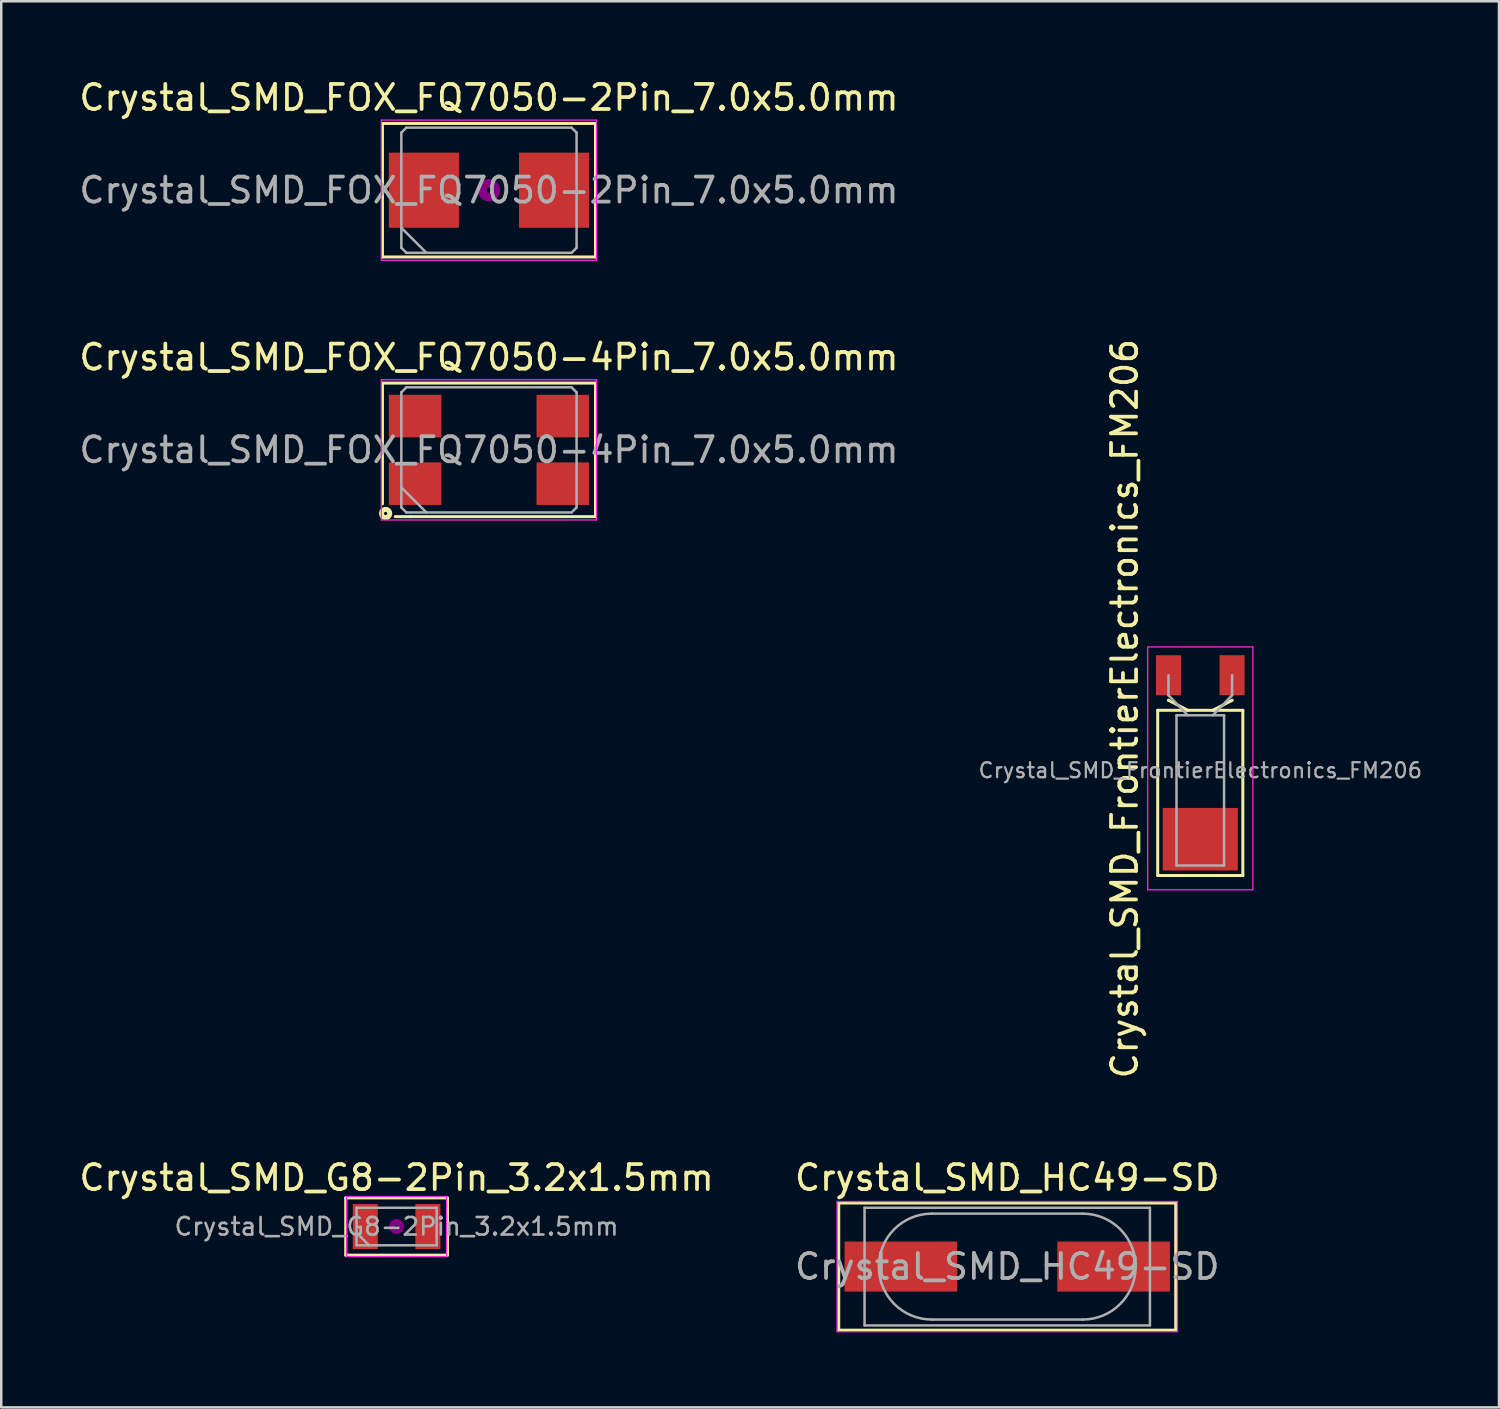
<source format=kicad_pcb>
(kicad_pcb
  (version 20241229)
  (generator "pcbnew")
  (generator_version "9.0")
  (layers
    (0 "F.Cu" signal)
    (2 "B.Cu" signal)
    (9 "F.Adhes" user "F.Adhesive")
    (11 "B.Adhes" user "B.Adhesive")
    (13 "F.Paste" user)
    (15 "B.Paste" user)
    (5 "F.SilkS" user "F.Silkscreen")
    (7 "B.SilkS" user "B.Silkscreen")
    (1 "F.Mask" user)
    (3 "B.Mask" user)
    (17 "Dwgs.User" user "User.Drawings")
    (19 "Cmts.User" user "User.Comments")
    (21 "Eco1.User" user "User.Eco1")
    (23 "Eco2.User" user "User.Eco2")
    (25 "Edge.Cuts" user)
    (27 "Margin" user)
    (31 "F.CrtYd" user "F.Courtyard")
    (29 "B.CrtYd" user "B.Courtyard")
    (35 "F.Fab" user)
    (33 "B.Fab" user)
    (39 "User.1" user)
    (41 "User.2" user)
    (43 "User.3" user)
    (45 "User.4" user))
  (footprint "Crystal_SMD_FrontierElectronics_FM206"
    (layer "F.Cu")
    (at 44.896 27.423)
    (property "Reference" "Crystal_SMD_FrontierElectronics_FM206" (at -3.02 -2.163 90) (layer "F.SilkS") (effects (font (size 1 1) (thickness 0.15))))
    (attr smd)
    (fp_line (start -1.7 -2.1) (end -1.7 4.5) (stroke (width 0.12) (type solid)) (layer "F.SilkS"))
    (fp_line (start -1.7 4.5) (end 1.7 4.5) (stroke (width 0.12) (type solid)) (layer "F.SilkS"))
    (fp_line (start -1.27 -2.5) (end -1.27 -2.5) (stroke (width 0.12) (type solid)) (layer "F.SilkS"))
    (fp_line (start -0.5 -2.1) (end -1.27 -2.5) (stroke (width 0.12) (type solid)) (layer "F.SilkS"))
    (fp_line (start 0.5 -2.1) (end 1.27 -2.5) (stroke (width 0.12) (type solid)) (layer "F.SilkS"))
    (fp_line (start 1.27 -2.5) (end 1.27 -2.5) (stroke (width 0.12) (type solid)) (layer "F.SilkS"))
    (fp_line (start 1.7 -2.1) (end -1.7 -2.1) (stroke (width 0.12) (type solid)) (layer "F.SilkS"))
    (fp_line (start 1.7 4.5) (end 1.7 -2.1) (stroke (width 0.12) (type solid)) (layer "F.SilkS"))
    (fp_line (start -2.1 -4.63) (end -2.1 5.07) (stroke (width 0.05) (type solid)) (layer "F.CrtYd"))
    (fp_line (start -2.1 5.07) (end 2.1 5.07) (stroke (width 0.05) (type solid)) (layer "F.CrtYd"))
    (fp_line (start 2.1 -4.63) (end -2.1 -4.63) (stroke (width 0.05) (type solid)) (layer "F.CrtYd"))
    (fp_line (start 2.1 5.07) (end 2.1 -4.63) (stroke (width 0.05) (type solid)) (layer "F.CrtYd"))
    (fp_line (start -1.27 -2.7) (end -1.27 -3.5) (stroke (width 0.1) (type solid)) (layer "F.Fab"))
    (fp_line (start -0.95 -1.9) (end -0.95 4.1) (stroke (width 0.1) (type solid)) (layer "F.Fab"))
    (fp_line (start -0.95 4.1) (end 0.95 4.1) (stroke (width 0.1) (type solid)) (layer "F.Fab"))
    (fp_line (start -0.5 -1.9) (end -1.27 -2.7) (stroke (width 0.1) (type solid)) (layer "F.Fab"))
    (fp_line (start 0.5 -1.9) (end 1.27 -2.7) (stroke (width 0.1) (type solid)) (layer "F.Fab"))
    (fp_line (start 0.95 -1.9) (end -0.95 -1.9) (stroke (width 0.1) (type solid)) (layer "F.Fab"))
    (fp_line (start 0.95 4.1) (end 0.95 -1.9) (stroke (width 0.1) (type solid)) (layer "F.Fab"))
    (fp_line (start 1.27 -2.7) (end 1.27 -3.5) (stroke (width 0.1) (type solid)) (layer "F.Fab"))
    (fp_text user "${REFERENCE}" (at 0 0.3 0) (layer "F.Fab") (effects (font (size 0.6 0.6) (thickness 0.09))))
    (pad "1" smd rect (at -1.27 -3.5) (size 1 1.6) (layers "F.Cu" "F.Mask" "F.Paste"))
    (pad "2" smd rect (at 1.27 -3.5) (size 1 1.6) (layers "F.Cu" "F.Mask" "F.Paste"))
    (pad "3" smd rect (at 0 3.05) (size 3 2.5) (layers "F.Cu" "F.Mask" "F.Paste")))
  (footprint "Crystal_SMD_FOX_FQ7050-4Pin_7.0x5.0mm"
    (layer "F.Cu")
    (at 16.482 14.921)
    (property "Reference" "Crystal_SMD_FOX_FQ7050-4Pin_7.0x5.0mm" (at 0 -3.7 0) (layer "F.SilkS") (effects (font (size 1 1) (thickness 0.15))))
    (attr smd)
    (fp_line (start -4.255 -2.667) (end 4.255 -2.667) (stroke (width 0.12) (type solid)) (layer "F.SilkS"))
    (fp_line (start -4.255 2.159) (end -4.255 -2.667) (stroke (width 0.12) (type solid)) (layer "F.SilkS"))
    (fp_line (start -3.111 2.667) (end -3.747 2.667) (stroke (width 0.12) (type solid)) (layer "F.SilkS"))
    (fp_line (start 4.255 -2.667) (end 4.255 2.667) (stroke (width 0.12) (type solid)) (layer "F.SilkS"))
    (fp_line (start 4.255 2.667) (end -3.111 2.667) (stroke (width 0.12) (type solid)) (layer "F.SilkS"))
    (fp_circle (center -4.128 2.54) (end -4.064 2.54) (stroke (width 0.2) (type solid)) (fill no) (layer "F.SilkS"))
    (fp_line (start -4.3 -2.8) (end -4.3 2.8) (stroke (width 0.05) (type solid)) (layer "F.CrtYd"))
    (fp_line (start -4.3 2.8) (end 4.3 2.8) (stroke (width 0.05) (type solid)) (layer "F.CrtYd"))
    (fp_line (start 4.3 -2.8) (end -4.3 -2.8) (stroke (width 0.05) (type solid)) (layer "F.CrtYd"))
    (fp_line (start 4.3 2.8) (end 4.3 -2.8) (stroke (width 0.05) (type solid)) (layer "F.CrtYd"))
    (fp_line (start -3.5 -2.3) (end -3.3 -2.5) (stroke (width 0.1) (type solid)) (layer "F.Fab"))
    (fp_line (start -3.5 1.5) (end -2.5 2.5) (stroke (width 0.1) (type solid)) (layer "F.Fab"))
    (fp_line (start -3.5 2.3) (end -3.5 -2.3) (stroke (width 0.1) (type solid)) (layer "F.Fab"))
    (fp_line (start -3.3 -2.5) (end 3.3 -2.5) (stroke (width 0.1) (type solid)) (layer "F.Fab"))
    (fp_line (start -3.3 2.5) (end -3.5 2.3) (stroke (width 0.1) (type solid)) (layer "F.Fab"))
    (fp_line (start 3.3 -2.5) (end 3.5 -2.3) (stroke (width 0.1) (type solid)) (layer "F.Fab"))
    (fp_line (start 3.3 2.5) (end -3.3 2.5) (stroke (width 0.1) (type solid)) (layer "F.Fab"))
    (fp_line (start 3.5 -2.3) (end 3.5 2.3) (stroke (width 0.1) (type solid)) (layer "F.Fab"))
    (fp_line (start 3.5 2.3) (end 3.3 2.5) (stroke (width 0.1) (type solid)) (layer "F.Fab"))
    (fp_text user "${REFERENCE}" (at 0 0 0) (layer "F.Fab") (effects (font (size 1 1) (thickness 0.15))))
    (pad "1" smd rect (at -2.95 1.35) (size 2.1 1.7) (layers "F.Cu" "F.Mask" "F.Paste"))
    (pad "2" smd rect (at 2.95 1.35) (size 2.1 1.7) (layers "F.Cu" "F.Mask" "F.Paste"))
    (pad "3" smd rect (at 2.95 -1.35) (size 2.1 1.7) (layers "F.Cu" "F.Mask" "F.Paste"))
    (pad "4" smd rect (at -2.95 -1.35) (size 2.1 1.7) (layers "F.Cu" "F.Mask" "F.Paste")))
  (footprint "Crystal_SMD_HC49-SD"
    (layer "F.Cu")
    (at 37.185 47.545)
    (property "Reference" "Crystal_SMD_HC49-SD" (at 0 -3.55 0) (layer "F.SilkS") (effects (font (size 1 1) (thickness 0.15))))
    (attr smd)
    (fp_line (start -6.731 -2.54) (end -6.731 2.54) (stroke (width 0.12) (type solid)) (layer "F.SilkS"))
    (fp_line (start -6.731 2.54) (end 6.731 2.54) (stroke (width 0.12) (type solid)) (layer "F.SilkS"))
    (fp_line (start 6.731 -2.54) (end -6.731 -2.54) (stroke (width 0.12) (type solid)) (layer "F.SilkS"))
    (fp_line (start 6.731 2.54) (end 6.731 -2.54) (stroke (width 0.12) (type solid)) (layer "F.SilkS"))
    (fp_line (start -6.8 -2.6) (end -6.8 2.6) (stroke (width 0.05) (type solid)) (layer "F.CrtYd"))
    (fp_line (start -6.8 2.6) (end 6.8 2.6) (stroke (width 0.05) (type solid)) (layer "F.CrtYd"))
    (fp_line (start 6.8 -2.6) (end -6.8 -2.6) (stroke (width 0.05) (type solid)) (layer "F.CrtYd"))
    (fp_line (start 6.8 2.6) (end 6.8 -2.6) (stroke (width 0.05) (type solid)) (layer "F.CrtYd"))
    (fp_line (start -5.7 -2.35) (end -5.7 2.35) (stroke (width 0.1) (type solid)) (layer "F.Fab"))
    (fp_line (start -5.7 2.35) (end 5.7 2.35) (stroke (width 0.1) (type solid)) (layer "F.Fab"))
    (fp_line (start -3.015 -2.115) (end 3.015 -2.115) (stroke (width 0.1) (type solid)) (layer "F.Fab"))
    (fp_line (start -3.015 2.115) (end 3.015 2.115) (stroke (width 0.1) (type solid)) (layer "F.Fab"))
    (fp_line (start 5.7 -2.35) (end -5.7 -2.35) (stroke (width 0.1) (type solid)) (layer "F.Fab"))
    (fp_line (start 5.7 2.35) (end 5.7 -2.35) (stroke (width 0.1) (type solid)) (layer "F.Fab"))
    (fp_arc (start -3.015 2.115) (mid -5.13 0) (end -3.015 -2.115) (stroke (width 0.1) (type solid)) (layer "F.Fab"))
    (fp_arc (start 3.015 -2.115) (mid 5.13 0) (end 3.015 2.115) (stroke (width 0.1) (type solid)) (layer "F.Fab"))
    (fp_text user "${REFERENCE}" (at 0 0 0) (layer "F.Fab") (effects (font (size 1 1) (thickness 0.15))))
    (pad "1" smd rect (at -4.25 0) (size 4.5 2) (layers "F.Cu" "F.Mask" "F.Paste"))
    (pad "2" smd rect (at 4.25 0) (size 4.5 2) (layers "F.Cu" "F.Mask" "F.Paste")))
  (footprint "Crystal_SMD_FOX_FQ7050-2Pin_7.0x5.0mm"
    (layer "F.Cu")
    (at 16.482 4.548)
    (property "Reference" "Crystal_SMD_FOX_FQ7050-2Pin_7.0x5.0mm" (at 0 -3.7 0) (layer "F.SilkS") (effects (font (size 1 1) (thickness 0.15))))
    (attr smd)
    (fp_line (start -4.255 -2.667) (end -4.255 -1.587) (stroke (width 0.12) (type solid)) (layer "F.SilkS"))
    (fp_line (start -4.255 -1.587) (end -4.255 2.667) (stroke (width 0.12) (type solid)) (layer "F.SilkS"))
    (fp_line (start -4.255 2.667) (end 4.255 2.667) (stroke (width 0.12) (type solid)) (layer "F.SilkS"))
    (fp_line (start 4.255 -2.667) (end -4.255 -2.667) (stroke (width 0.12) (type solid)) (layer "F.SilkS"))
    (fp_line (start 4.255 2.667) (end 4.255 -2.667) (stroke (width 0.12) (type solid)) (layer "F.SilkS"))
    (fp_circle (center 0 0) (end 0.093 0) (stroke (width 0.187) (type solid)) (fill no) (layer "F.Adhes"))
    (fp_circle (center 0 0) (end 0.213 0) (stroke (width 0.133) (type solid)) (fill no) (layer "F.Adhes"))
    (fp_circle (center 0 0) (end 0.333 0) (stroke (width 0.133) (type solid)) (fill no) (layer "F.Adhes"))
    (fp_circle (center 0 0) (end 0.4 0) (stroke (width 0.1) (type solid)) (fill no) (layer "F.Adhes"))
    (fp_line (start -4.3 -2.8) (end -4.3 2.8) (stroke (width 0.05) (type solid)) (layer "F.CrtYd"))
    (fp_line (start -4.3 2.8) (end 4.3 2.8) (stroke (width 0.05) (type solid)) (layer "F.CrtYd"))
    (fp_line (start 4.3 -2.8) (end -4.3 -2.8) (stroke (width 0.05) (type solid)) (layer "F.CrtYd"))
    (fp_line (start 4.3 2.8) (end 4.3 -2.8) (stroke (width 0.05) (type solid)) (layer "F.CrtYd"))
    (fp_line (start -3.5 -2.3) (end -3.3 -2.5) (stroke (width 0.1) (type solid)) (layer "F.Fab"))
    (fp_line (start -3.5 1.5) (end -2.5 2.5) (stroke (width 0.1) (type solid)) (layer "F.Fab"))
    (fp_line (start -3.5 2.3) (end -3.5 -2.3) (stroke (width 0.1) (type solid)) (layer "F.Fab"))
    (fp_line (start -3.3 -2.5) (end 3.3 -2.5) (stroke (width 0.1) (type solid)) (layer "F.Fab"))
    (fp_line (start -3.3 2.5) (end -3.5 2.3) (stroke (width 0.1) (type solid)) (layer "F.Fab"))
    (fp_line (start 3.3 -2.5) (end 3.5 -2.3) (stroke (width 0.1) (type solid)) (layer "F.Fab"))
    (fp_line (start 3.3 2.5) (end -3.3 2.5) (stroke (width 0.1) (type solid)) (layer "F.Fab"))
    (fp_line (start 3.5 -2.3) (end 3.5 2.3) (stroke (width 0.1) (type solid)) (layer "F.Fab"))
    (fp_line (start 3.5 2.3) (end 3.3 2.5) (stroke (width 0.1) (type solid)) (layer "F.Fab"))
    (fp_text user "${REFERENCE}" (at 0 0 0) (layer "F.Fab") (effects (font (size 1 1) (thickness 0.15))))
    (pad "1" smd rect (at -2.6 0) (size 2.8 3) (layers "F.Cu" "F.Mask" "F.Paste"))
    (pad "2" smd rect (at 2.6 0) (size 2.8 3) (layers "F.Cu" "F.Mask" "F.Paste")))
  (footprint "Crystal_SMD_G8-2Pin_3.2x1.5mm"
    (layer "F.Cu")
    (at 12.792 45.945)
    (property "Reference" "Crystal_SMD_G8-2Pin_3.2x1.5mm" (at 0 -1.95 0) (layer "F.SilkS") (effects (font (size 1 1) (thickness 0.15))))
    (attr smd)
    (fp_line (start -2.032 -1.143) (end -2.032 1.143) (stroke (width 0.12) (type solid)) (layer "F.SilkS"))
    (fp_line (start -2.032 1.143) (end 2.032 1.143) (stroke (width 0.12) (type solid)) (layer "F.SilkS"))
    (fp_line (start 2.032 -1.143) (end -2.032 -1.143) (stroke (width 0.12) (type solid)) (layer "F.SilkS"))
    (fp_line (start 2.032 1.143) (end 2.032 -1.143) (stroke (width 0.12) (type solid)) (layer "F.SilkS"))
    (fp_circle (center 0 0) (end 0.058 0) (stroke (width 0.117) (type solid)) (fill no) (layer "F.Adhes"))
    (fp_circle (center 0 0) (end 0.133 0) (stroke (width 0.083) (type solid)) (fill no) (layer "F.Adhes"))
    (fp_circle (center 0 0) (end 0.208 0) (stroke (width 0.083) (type solid)) (fill no) (layer "F.Adhes"))
    (fp_circle (center 0 0) (end 0.25 0) (stroke (width 0.1) (type solid)) (fill no) (layer "F.Adhes"))
    (fp_line (start -2 -1.2) (end -2 1.2) (stroke (width 0.05) (type solid)) (layer "F.CrtYd"))
    (fp_line (start -2 1.2) (end 2 1.2) (stroke (width 0.05) (type solid)) (layer "F.CrtYd"))
    (fp_line (start 2 -1.2) (end -2 -1.2) (stroke (width 0.05) (type solid)) (layer "F.CrtYd"))
    (fp_line (start 2 1.2) (end 2 -1.2) (stroke (width 0.05) (type solid)) (layer "F.CrtYd"))
    (fp_line (start -1.6 -0.75) (end -1.6 0.75) (stroke (width 0.1) (type solid)) (layer "F.Fab"))
    (fp_line (start -1.6 0.25) (end -1.1 0.75) (stroke (width 0.1) (type solid)) (layer "F.Fab"))
    (fp_line (start -1.6 0.75) (end 1.6 0.75) (stroke (width 0.1) (type solid)) (layer "F.Fab"))
    (fp_line (start 1.6 -0.75) (end -1.6 -0.75) (stroke (width 0.1) (type solid)) (layer "F.Fab"))
    (fp_line (start 1.6 0.75) (end 1.6 -0.75) (stroke (width 0.1) (type solid)) (layer "F.Fab"))
    (fp_text user "${REFERENCE}" (at 0 0 0) (layer "F.Fab") (effects (font (size 0.7 0.7) (thickness 0.105))))
    (pad "1" smd rect (at -1.25 0) (size 1 1.8) (layers "F.Cu" "F.Mask" "F.Paste"))
    (pad "2" smd rect (at 1.25 0) (size 1 1.8) (layers "F.Cu" "F.Mask" "F.Paste")))
  (gr_rect
    (start -3 -3)
    (end 56.829 53.17)
    (stroke (width 0.1) (type default))
    (fill no)
    (layer "Edge.Cuts")))
</source>
